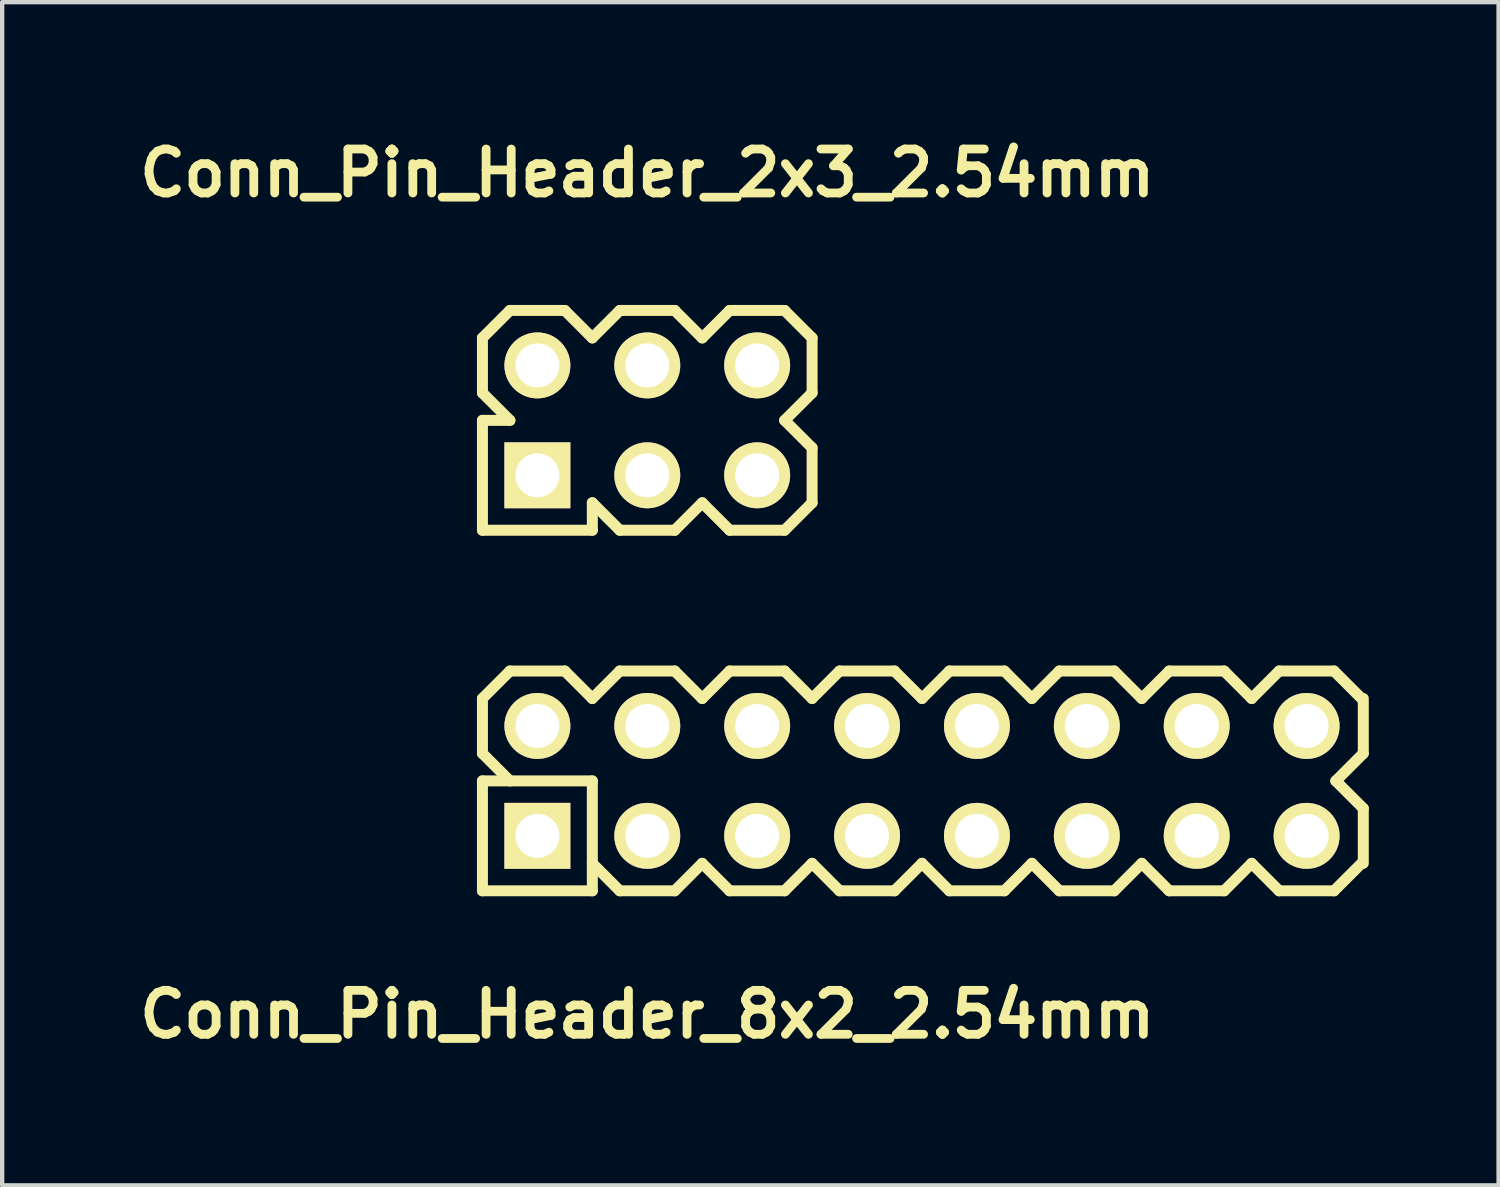
<source format=kicad_pcb>
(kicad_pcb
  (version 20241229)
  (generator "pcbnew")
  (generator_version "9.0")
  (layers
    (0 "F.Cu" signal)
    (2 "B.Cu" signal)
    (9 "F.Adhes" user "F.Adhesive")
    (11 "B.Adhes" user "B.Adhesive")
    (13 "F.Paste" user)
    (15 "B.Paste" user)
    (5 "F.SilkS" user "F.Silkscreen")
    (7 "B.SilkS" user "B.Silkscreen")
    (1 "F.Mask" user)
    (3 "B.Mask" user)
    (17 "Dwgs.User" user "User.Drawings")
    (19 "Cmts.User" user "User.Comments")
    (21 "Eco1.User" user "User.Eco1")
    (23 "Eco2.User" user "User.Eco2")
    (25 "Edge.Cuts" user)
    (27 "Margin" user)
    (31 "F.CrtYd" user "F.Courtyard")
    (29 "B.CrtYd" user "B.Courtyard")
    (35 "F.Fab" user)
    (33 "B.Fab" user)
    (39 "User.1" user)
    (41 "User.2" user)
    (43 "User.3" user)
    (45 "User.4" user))
  (footprint "Conn_Pin_Header_2x3_2.54mm"
    (layer "F.Cu")
    (at 11.911 6.666)
    (property "Reference" "Conn_Pin_Header_2x3_2.54mm" (at 0 -5.715 0) (layer "F.SilkS") (effects (font (size 1.016 1.016) (thickness 0.203))))
    (attr through_hole)
    (fp_line (start -3.81 -1.905) (end -3.175 -2.54) (stroke (width 0.254) (type solid)) (layer "F.SilkS"))
    (fp_line (start -3.81 -0.635) (end -3.81 -1.905) (stroke (width 0.254) (type solid)) (layer "F.SilkS"))
    (fp_line (start -3.81 0) (end -3.175 0) (stroke (width 0.254) (type solid)) (layer "F.SilkS"))
    (fp_line (start -3.81 2.54) (end -3.81 0) (stroke (width 0.254) (type solid)) (layer "F.SilkS"))
    (fp_line (start -3.175 -2.54) (end -1.905 -2.54) (stroke (width 0.254) (type solid)) (layer "F.SilkS"))
    (fp_line (start -3.175 0) (end -3.81 -0.635) (stroke (width 0.254) (type solid)) (layer "F.SilkS"))
    (fp_line (start -1.905 -2.54) (end -1.27 -1.905) (stroke (width 0.254) (type solid)) (layer "F.SilkS"))
    (fp_line (start -1.27 -1.905) (end -0.635 -2.54) (stroke (width 0.254) (type solid)) (layer "F.SilkS"))
    (fp_line (start -1.27 2.54) (end -3.81 2.54) (stroke (width 0.254) (type solid)) (layer "F.SilkS"))
    (fp_line (start -1.27 2.54) (end -1.27 1.905) (stroke (width 0.254) (type solid)) (layer "F.SilkS"))
    (fp_line (start -0.635 -2.54) (end 0.635 -2.54) (stroke (width 0.254) (type solid)) (layer "F.SilkS"))
    (fp_line (start -0.635 2.54) (end -1.27 1.905) (stroke (width 0.254) (type solid)) (layer "F.SilkS"))
    (fp_line (start 0.635 -2.54) (end 1.27 -1.905) (stroke (width 0.254) (type solid)) (layer "F.SilkS"))
    (fp_line (start 0.635 2.54) (end -0.635 2.54) (stroke (width 0.254) (type solid)) (layer "F.SilkS"))
    (fp_line (start 0.635 2.54) (end 1.27 1.905) (stroke (width 0.254) (type solid)) (layer "F.SilkS"))
    (fp_line (start 1.27 -1.905) (end 1.905 -2.54) (stroke (width 0.254) (type solid)) (layer "F.SilkS"))
    (fp_line (start 1.27 1.905) (end 1.905 2.54) (stroke (width 0.254) (type solid)) (layer "F.SilkS"))
    (fp_line (start 1.905 -2.54) (end 3.175 -2.54) (stroke (width 0.254) (type solid)) (layer "F.SilkS"))
    (fp_line (start 1.905 2.54) (end 3.175 2.54) (stroke (width 0.254) (type solid)) (layer "F.SilkS"))
    (fp_line (start 3.175 -2.54) (end 3.81 -1.905) (stroke (width 0.254) (type solid)) (layer "F.SilkS"))
    (fp_line (start 3.175 0) (end 3.81 -0.635) (stroke (width 0.254) (type solid)) (layer "F.SilkS"))
    (fp_line (start 3.81 -0.635) (end 3.81 -1.905) (stroke (width 0.254) (type solid)) (layer "F.SilkS"))
    (fp_line (start 3.81 0.635) (end 3.175 0) (stroke (width 0.254) (type solid)) (layer "F.SilkS"))
    (fp_line (start 3.81 1.905) (end 3.175 2.54) (stroke (width 0.254) (type solid)) (layer "F.SilkS"))
    (fp_line (start 3.81 1.905) (end 3.81 0.635) (stroke (width 0.254) (type solid)) (layer "F.SilkS"))
    (pad "1" thru_hole rect (at -2.54 1.27) (size 1.524 1.524) (drill 1.016) (layers "*.Cu" "*.Mask" "F.SilkS"))
    (pad "2" thru_hole circle (at -2.54 -1.27) (size 1.524 1.524) (drill 1.016) (layers "*.Cu" "*.Mask" "F.SilkS"))
    (pad "3" thru_hole circle (at 0 1.27) (size 1.524 1.524) (drill 1.016) (layers "*.Cu" "*.Mask" "F.SilkS"))
    (pad "4" thru_hole circle (at 0 -1.27) (size 1.524 1.524) (drill 1.016) (layers "*.Cu" "*.Mask" "F.SilkS"))
    (pad "5" thru_hole circle (at 2.54 1.27) (size 1.524 1.524) (drill 1.016) (layers "*.Cu" "*.Mask" "F.SilkS"))
    (pad "6" thru_hole circle (at 2.54 -1.27) (size 1.524 1.524) (drill 1.016) (layers "*.Cu" "*.Mask" "F.SilkS")))
  (footprint "Conn_Pin_Header_8x2_2.54mm"
    (layer "F.Cu")
    (at 18.261 15)
    (property "Reference" "Conn_Pin_Header_8x2_2.54mm" (at -6.35 5.397 0) (layer "F.SilkS") (effects (font (size 1.016 1.016) (thickness 0.203))))
    (attr through_hole)
    (fp_line (start -10.16 -1.905) (end -9.525 -2.54) (stroke (width 0.254) (type solid)) (layer "F.SilkS"))
    (fp_line (start -10.16 -0.635) (end -10.16 -1.905) (stroke (width 0.254) (type solid)) (layer "F.SilkS"))
    (fp_line (start -10.16 0) (end -7.62 0) (stroke (width 0.254) (type solid)) (layer "F.SilkS"))
    (fp_line (start -10.16 2.54) (end -10.16 0) (stroke (width 0.254) (type solid)) (layer "F.SilkS"))
    (fp_line (start -9.525 -2.54) (end -8.255 -2.54) (stroke (width 0.254) (type solid)) (layer "F.SilkS"))
    (fp_line (start -9.525 0) (end -10.16 -0.635) (stroke (width 0.254) (type solid)) (layer "F.SilkS"))
    (fp_line (start -8.255 -2.54) (end -7.62 -1.905) (stroke (width 0.254) (type solid)) (layer "F.SilkS"))
    (fp_line (start -7.62 -1.905) (end -6.985 -2.54) (stroke (width 0.254) (type solid)) (layer "F.SilkS"))
    (fp_line (start -7.62 0) (end -7.62 2.54) (stroke (width 0.254) (type solid)) (layer "F.SilkS"))
    (fp_line (start -7.62 2.54) (end -10.16 2.54) (stroke (width 0.254) (type solid)) (layer "F.SilkS"))
    (fp_line (start -6.985 -2.54) (end -5.715 -2.54) (stroke (width 0.254) (type solid)) (layer "F.SilkS"))
    (fp_line (start -6.985 2.54) (end -7.62 1.905) (stroke (width 0.254) (type solid)) (layer "F.SilkS"))
    (fp_line (start -5.715 -2.54) (end -5.08 -1.905) (stroke (width 0.254) (type solid)) (layer "F.SilkS"))
    (fp_line (start -5.715 2.54) (end -6.985 2.54) (stroke (width 0.254) (type solid)) (layer "F.SilkS"))
    (fp_line (start -5.08 -1.905) (end -4.445 -2.54) (stroke (width 0.254) (type solid)) (layer "F.SilkS"))
    (fp_line (start -5.08 1.905) (end -5.715 2.54) (stroke (width 0.254) (type solid)) (layer "F.SilkS"))
    (fp_line (start -4.445 -2.54) (end -3.175 -2.54) (stroke (width 0.254) (type solid)) (layer "F.SilkS"))
    (fp_line (start -4.445 2.54) (end -5.08 1.905) (stroke (width 0.254) (type solid)) (layer "F.SilkS"))
    (fp_line (start -3.175 -2.54) (end -2.54 -1.905) (stroke (width 0.254) (type solid)) (layer "F.SilkS"))
    (fp_line (start -3.175 2.54) (end -4.445 2.54) (stroke (width 0.254) (type solid)) (layer "F.SilkS"))
    (fp_line (start -2.54 -1.905) (end -1.905 -2.54) (stroke (width 0.254) (type solid)) (layer "F.SilkS"))
    (fp_line (start -2.54 1.905) (end -3.175 2.54) (stroke (width 0.254) (type solid)) (layer "F.SilkS"))
    (fp_line (start -1.905 -2.54) (end -0.635 -2.54) (stroke (width 0.254) (type solid)) (layer "F.SilkS"))
    (fp_line (start -1.905 2.54) (end -2.54 1.905) (stroke (width 0.254) (type solid)) (layer "F.SilkS"))
    (fp_line (start -0.635 -2.54) (end 0 -1.905) (stroke (width 0.254) (type solid)) (layer "F.SilkS"))
    (fp_line (start -0.635 2.54) (end -1.905 2.54) (stroke (width 0.254) (type solid)) (layer "F.SilkS"))
    (fp_line (start 0 -1.905) (end 0.635 -2.54) (stroke (width 0.254) (type solid)) (layer "F.SilkS"))
    (fp_line (start 0 1.905) (end -0.635 2.54) (stroke (width 0.254) (type solid)) (layer "F.SilkS"))
    (fp_line (start 0.635 -2.54) (end 1.905 -2.54) (stroke (width 0.254) (type solid)) (layer "F.SilkS"))
    (fp_line (start 0.635 2.54) (end 0 1.905) (stroke (width 0.254) (type solid)) (layer "F.SilkS"))
    (fp_line (start 1.905 -2.54) (end 2.54 -1.905) (stroke (width 0.254) (type solid)) (layer "F.SilkS"))
    (fp_line (start 1.905 2.54) (end 0.635 2.54) (stroke (width 0.254) (type solid)) (layer "F.SilkS"))
    (fp_line (start 2.54 -1.905) (end 3.175 -2.54) (stroke (width 0.254) (type solid)) (layer "F.SilkS"))
    (fp_line (start 2.54 1.905) (end 1.905 2.54) (stroke (width 0.254) (type solid)) (layer "F.SilkS"))
    (fp_line (start 3.175 -2.54) (end 4.445 -2.54) (stroke (width 0.254) (type solid)) (layer "F.SilkS"))
    (fp_line (start 3.175 2.54) (end 2.54 1.905) (stroke (width 0.254) (type solid)) (layer "F.SilkS"))
    (fp_line (start 4.445 -2.54) (end 5.08 -1.905) (stroke (width 0.254) (type solid)) (layer "F.SilkS"))
    (fp_line (start 4.445 2.54) (end 3.175 2.54) (stroke (width 0.254) (type solid)) (layer "F.SilkS"))
    (fp_line (start 5.08 -1.905) (end 5.715 -2.54) (stroke (width 0.254) (type solid)) (layer "F.SilkS"))
    (fp_line (start 5.08 1.905) (end 4.445 2.54) (stroke (width 0.254) (type solid)) (layer "F.SilkS"))
    (fp_line (start 5.715 -2.54) (end 6.985 -2.54) (stroke (width 0.254) (type solid)) (layer "F.SilkS"))
    (fp_line (start 5.715 2.54) (end 5.08 1.905) (stroke (width 0.254) (type solid)) (layer "F.SilkS"))
    (fp_line (start 6.985 -2.54) (end 7.62 -1.905) (stroke (width 0.254) (type solid)) (layer "F.SilkS"))
    (fp_line (start 6.985 2.54) (end 5.715 2.54) (stroke (width 0.254) (type solid)) (layer "F.SilkS"))
    (fp_line (start 7.62 -1.905) (end 8.255 -2.54) (stroke (width 0.254) (type solid)) (layer "F.SilkS"))
    (fp_line (start 7.62 1.905) (end 6.985 2.54) (stroke (width 0.254) (type solid)) (layer "F.SilkS"))
    (fp_line (start 8.255 -2.54) (end 9.525 -2.54) (stroke (width 0.254) (type solid)) (layer "F.SilkS"))
    (fp_line (start 8.255 2.54) (end 7.62 1.905) (stroke (width 0.254) (type solid)) (layer "F.SilkS"))
    (fp_line (start 9.525 -2.54) (end 10.16 -1.905) (stroke (width 0.254) (type solid)) (layer "F.SilkS"))
    (fp_line (start 9.525 2.54) (end 8.255 2.54) (stroke (width 0.254) (type solid)) (layer "F.SilkS"))
    (fp_line (start 9.565 0) (end 10.2 0.635) (stroke (width 0.254) (type solid)) (layer "F.SilkS"))
    (fp_line (start 10.16 1.905) (end 9.525 2.54) (stroke (width 0.254) (type solid)) (layer "F.SilkS"))
    (fp_line (start 10.2 -1.905) (end 10.2 -0.635) (stroke (width 0.254) (type solid)) (layer "F.SilkS"))
    (fp_line (start 10.2 -0.635) (end 9.565 0) (stroke (width 0.254) (type solid)) (layer "F.SilkS"))
    (fp_line (start 10.2 0.635) (end 10.2 1.905) (stroke (width 0.254) (type solid)) (layer "F.SilkS"))
    (pad "1" thru_hole rect (at -8.89 1.27) (size 1.524 1.524) (drill 1.016) (layers "*.Cu" "*.Mask" "F.SilkS"))
    (pad "2" thru_hole circle (at -8.89 -1.27) (size 1.524 1.524) (drill 1.016) (layers "*.Cu" "*.Mask" "F.SilkS"))
    (pad "3" thru_hole circle (at -6.35 1.27) (size 1.524 1.524) (drill 1.016) (layers "*.Cu" "*.Mask" "F.SilkS"))
    (pad "4" thru_hole circle (at -6.35 -1.27) (size 1.524 1.524) (drill 1.016) (layers "*.Cu" "*.Mask" "F.SilkS"))
    (pad "5" thru_hole circle (at -3.81 1.27) (size 1.524 1.524) (drill 1.016) (layers "*.Cu" "*.Mask" "F.SilkS"))
    (pad "6" thru_hole circle (at -3.81 -1.27) (size 1.524 1.524) (drill 1.016) (layers "*.Cu" "*.Mask" "F.SilkS"))
    (pad "7" thru_hole circle (at -1.27 1.27) (size 1.524 1.524) (drill 1.016) (layers "*.Cu" "*.Mask" "F.SilkS"))
    (pad "8" thru_hole circle (at -1.27 -1.27) (size 1.524 1.524) (drill 1.016) (layers "*.Cu" "*.Mask" "F.SilkS"))
    (pad "9" thru_hole circle (at 1.27 1.27) (size 1.524 1.524) (drill 1.016) (layers "*.Cu" "*.Mask" "F.SilkS"))
    (pad "10" thru_hole circle (at 1.27 -1.27) (size 1.524 1.524) (drill 1.016) (layers "*.Cu" "*.Mask" "F.SilkS"))
    (pad "11" thru_hole circle (at 3.81 1.27) (size 1.524 1.524) (drill 1.016) (layers "*.Cu" "*.Mask" "F.SilkS"))
    (pad "12" thru_hole circle (at 3.81 -1.27) (size 1.524 1.524) (drill 1.016) (layers "*.Cu" "*.Mask" "F.SilkS"))
    (pad "13" thru_hole circle (at 6.35 1.27) (size 1.524 1.524) (drill 1.016) (layers "*.Cu" "*.Mask" "F.SilkS"))
    (pad "14" thru_hole circle (at 6.35 -1.27) (size 1.524 1.524) (drill 1.016) (layers "*.Cu" "*.Mask" "F.SilkS"))
    (pad "15" thru_hole circle (at 8.89 1.27) (size 1.524 1.524) (drill 1.016) (layers "*.Cu" "*.Mask" "F.SilkS"))
    (pad "16" thru_hole circle (at 8.89 -1.27) (size 1.524 1.524) (drill 1.016) (layers "*.Cu" "*.Mask" "F.SilkS")))
  (gr_rect
    (start -3 -3)
    (end 31.588 24.348)
    (stroke (width 0.1) (type default))
    (fill no)
    (layer "Edge.Cuts")))
</source>
